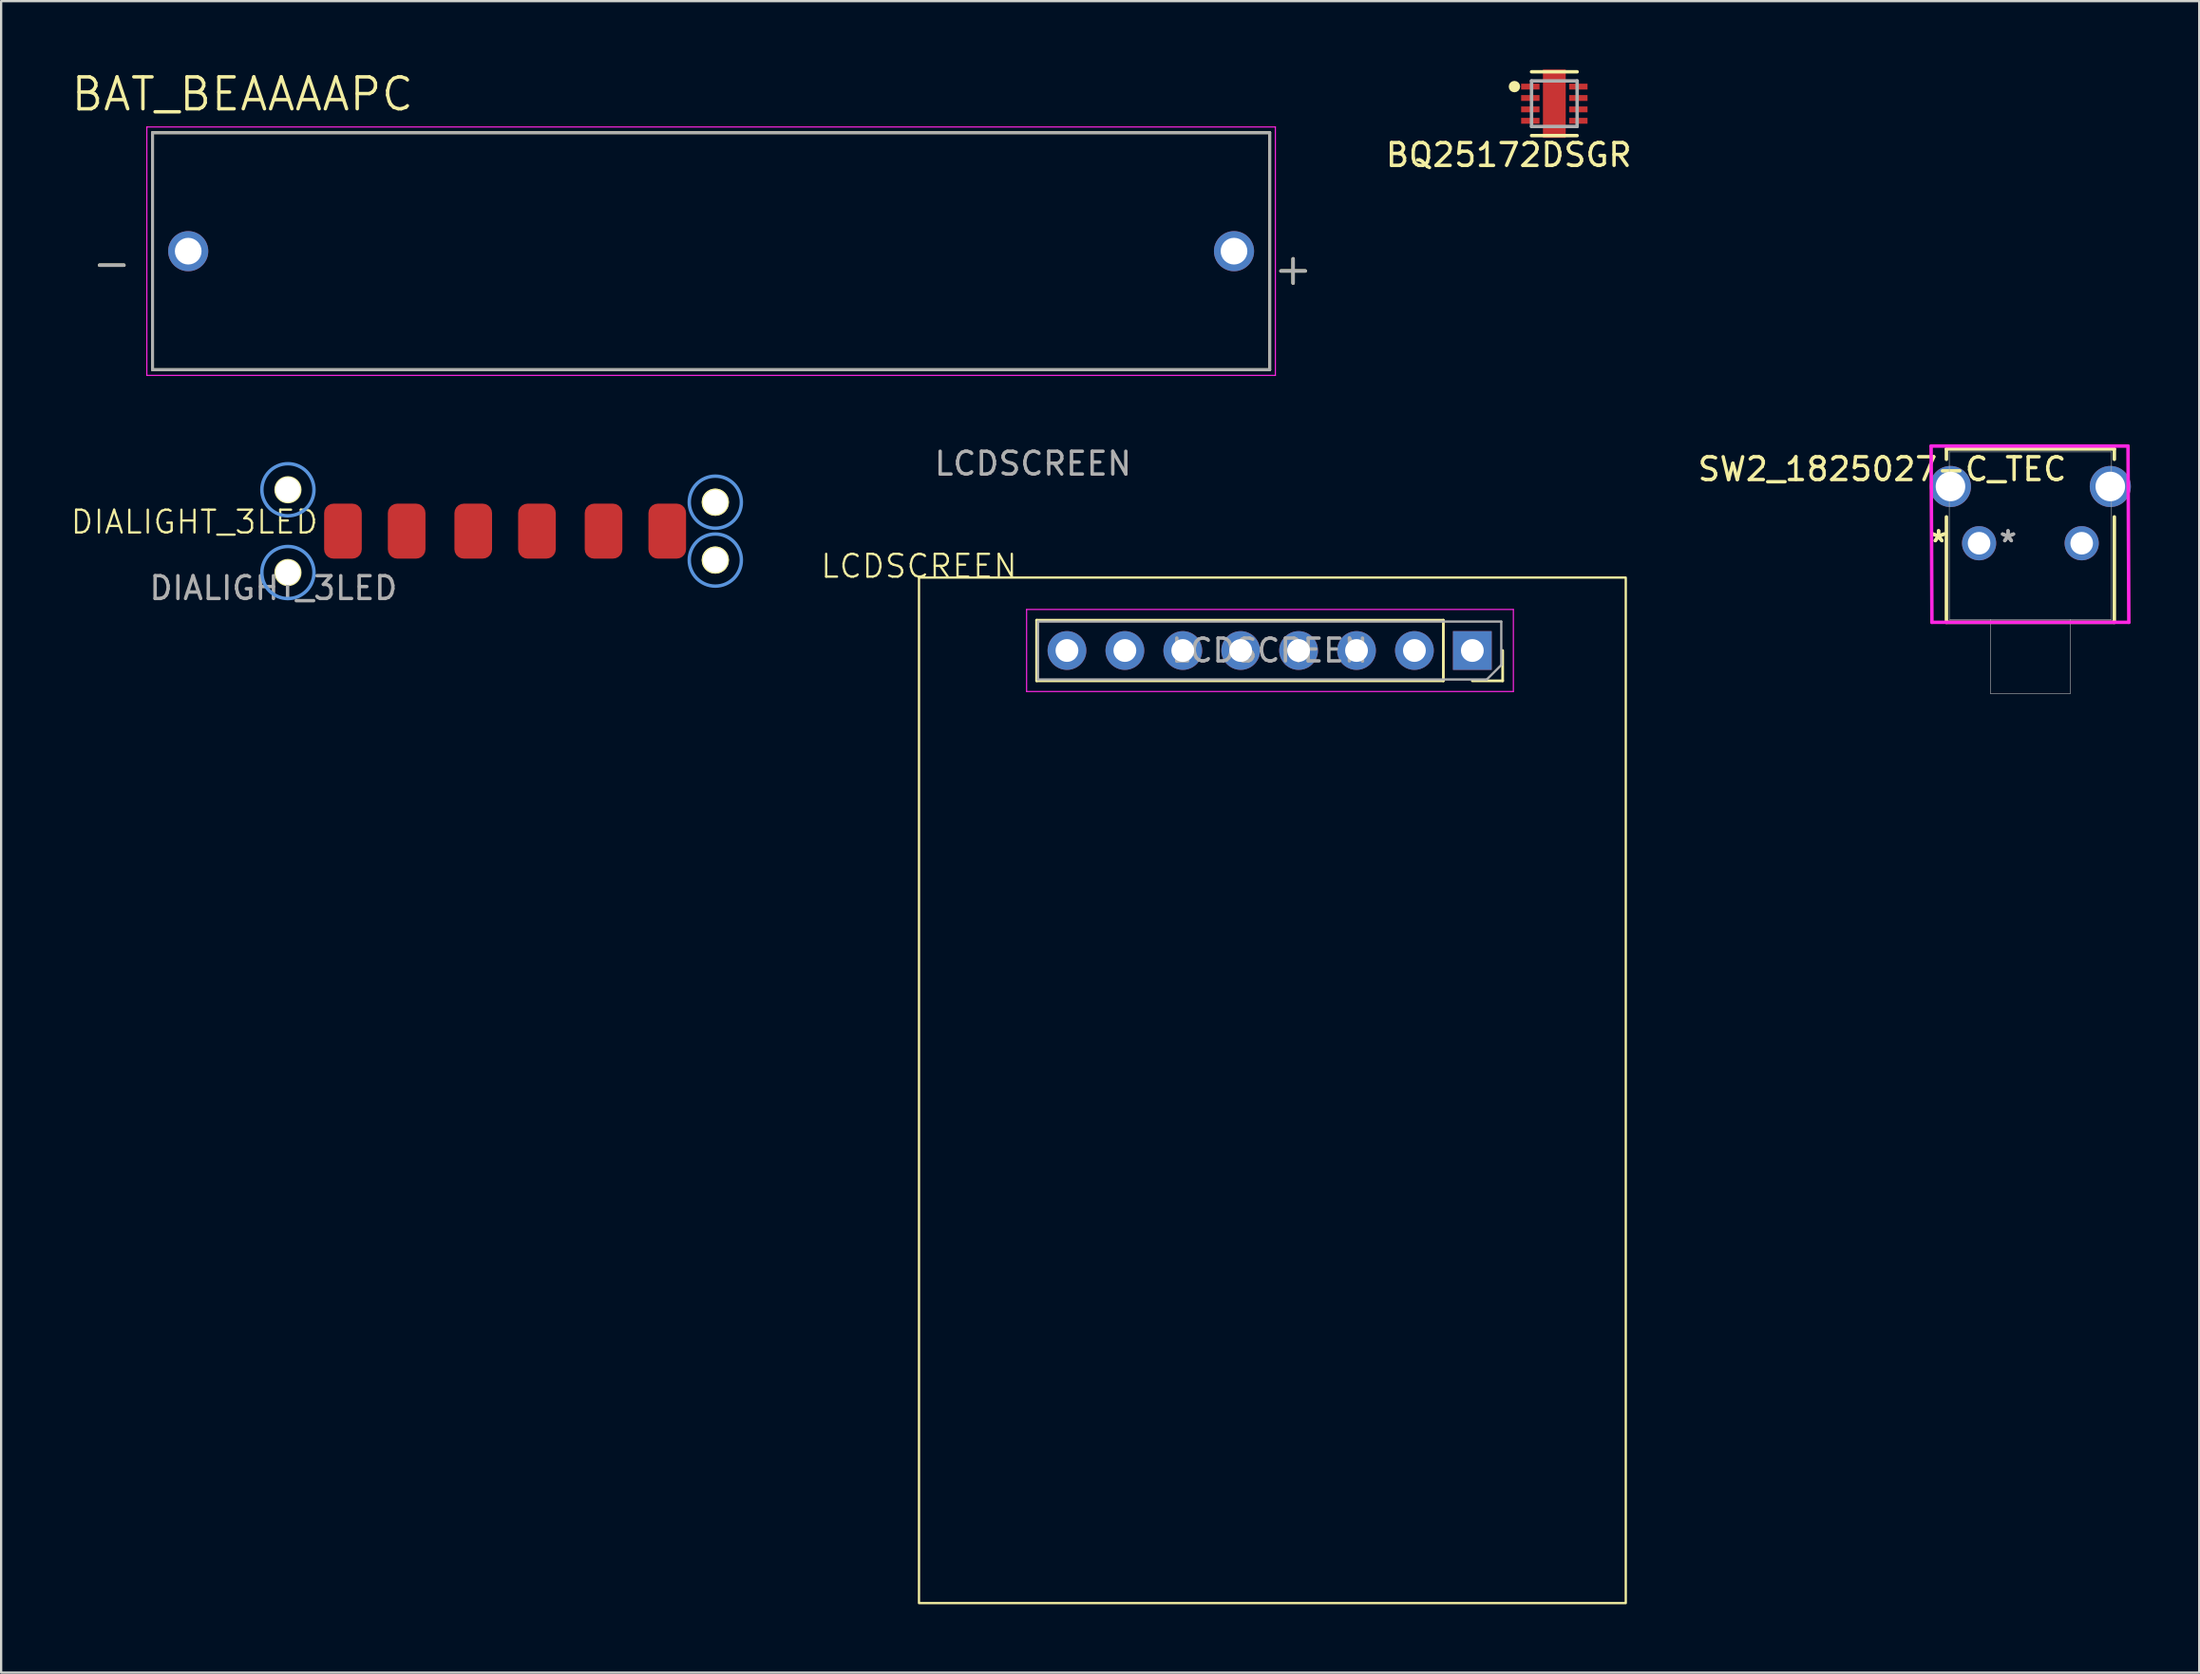
<source format=kicad_pcb>
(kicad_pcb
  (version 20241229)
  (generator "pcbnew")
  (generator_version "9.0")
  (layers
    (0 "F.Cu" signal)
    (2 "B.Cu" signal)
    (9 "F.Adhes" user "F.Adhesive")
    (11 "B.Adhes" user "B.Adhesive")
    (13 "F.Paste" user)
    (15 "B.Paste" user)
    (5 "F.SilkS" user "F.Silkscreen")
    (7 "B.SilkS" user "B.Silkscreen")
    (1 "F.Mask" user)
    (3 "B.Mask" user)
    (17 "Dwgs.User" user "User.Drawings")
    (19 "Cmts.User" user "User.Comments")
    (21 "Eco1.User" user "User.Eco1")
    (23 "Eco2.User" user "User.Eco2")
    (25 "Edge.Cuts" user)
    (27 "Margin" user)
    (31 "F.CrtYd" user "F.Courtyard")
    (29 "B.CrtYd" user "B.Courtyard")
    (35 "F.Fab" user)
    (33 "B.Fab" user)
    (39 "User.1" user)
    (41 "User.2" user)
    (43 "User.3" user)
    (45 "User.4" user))
  (footprint "BQ25172DSGR"
    (layer "F.Cu")
    (at 65.125 1.5)
    (property "Reference" "BQ25172DSGR" (at -2 2.25 0) (unlocked yes) (layer "F.SilkS") (effects (font (size 1 1) (thickness 0.15))))
    (attr smd)
    (fp_line (start -1 -1.4) (end 1 -1.4) (stroke (width 0.15) (type solid)) (layer "F.SilkS"))
    (fp_line (start -1 1.4) (end 1 1.4) (stroke (width 0.15) (type solid)) (layer "F.SilkS"))
    (fp_circle (center -1.75 -0.75) (end -1.625 -0.75) (stroke (width 0.25) (type solid)) (fill no) (layer "F.SilkS"))
    (fp_poly (pts (xy -0.273 0.623) (xy 0.273 0.623) (xy 0.273 -0.623) (xy -0.273 -0.623)) (stroke (width 0) (type solid)) (fill yes) (layer "F.Paste"))
    (fp_line (start -1 -1) (end 1 -1) (stroke (width 0.15) (type solid)) (layer "F.Fab"))
    (fp_line (start -1 1) (end -1 -1) (stroke (width 0.15) (type solid)) (layer "F.Fab"))
    (fp_line (start -1 1) (end 1 1) (stroke (width 0.15) (type solid)) (layer "F.Fab"))
    (fp_line (start 1 1) (end 1 -1) (stroke (width 0.15) (type solid)) (layer "F.Fab"))
    (pad "1" smd rect (at -1.053 -0.75) (size 0.806 0.257) (layers "F.Cu" "F.Mask" "F.Paste"))
    (pad "2" smd rect (at -1.053 -0.25) (size 0.806 0.257) (layers "F.Cu" "F.Mask" "F.Paste"))
    (pad "3" smd rect (at -1.053 0.25) (size 0.806 0.257) (layers "F.Cu" "F.Mask" "F.Paste"))
    (pad "4" smd rect (at -1.053 0.75) (size 0.806 0.257) (layers "F.Cu" "F.Mask" "F.Paste"))
    (pad "5" smd rect (at 1.053 0.75) (size 0.806 0.257) (layers "F.Cu" "F.Mask" "F.Paste"))
    (pad "6" smd rect (at 1.053 0.25) (size 0.806 0.257) (layers "F.Cu" "F.Mask" "F.Paste"))
    (pad "7" smd rect (at 1.053 -0.25) (size 0.806 0.257) (layers "F.Cu" "F.Mask" "F.Paste"))
    (pad "8" smd rect (at 1.053 -0.75) (size 0.806 0.257) (layers "F.Cu" "F.Mask" "F.Paste"))
    (pad "9" smd rect (at 0 0) (size 1 3) (layers "F.Cu" "F.Mask")))
  (footprint "DIALIGHT_3LED"
    (layer "F.Cu")
    (at 9.579 20.256)
    (property "Reference" "DIALIGHT_3LED" (at -4.1 -0.4 0) (unlocked yes) (layer "F.SilkS") (effects (font (size 1 1) (thickness 0.1))))
    (attr smd)
    (fp_circle (center 0 -1.816) (end 0.546 -1.816) (stroke (width 0.1) (type default)) (fill no) (layer "F.SilkS"))
    (fp_circle (center 0 1.816) (end 0.546 1.816) (stroke (width 0.1) (type default)) (fill no) (layer "F.SilkS"))
    (fp_circle (center 18.745 -1.27) (end 19.291 -1.27) (stroke (width 0.1) (type default)) (fill no) (layer "F.SilkS"))
    (fp_circle (center 18.745 -1.27) (end 19.291 -1.27) (stroke (width 0.1) (type default)) (fill no) (layer "F.SilkS"))
    (fp_circle (center 18.745 1.27) (end 19.291 1.27) (stroke (width 0.1) (type default)) (fill no) (layer "F.SilkS"))
    (fp_circle (center 18.745 1.27) (end 19.291 1.27) (stroke (width 0.1) (type default)) (fill no) (layer "F.SilkS"))
    (fp_circle (center 0 -1.816) (end 1.143 -1.816) (stroke (width 0.15) (type solid)) (fill no) (layer "Cmts.User"))
    (fp_circle (center 0 1.816) (end 1.143 1.816) (stroke (width 0.15) (type solid)) (fill no) (layer "Cmts.User"))
    (fp_circle (center 18.745 -1.27) (end 19.888 -1.27) (stroke (width 0.15) (type solid)) (fill no) (layer "Cmts.User"))
    (fp_circle (center 18.745 1.27) (end 19.888 1.27) (stroke (width 0.15) (type solid)) (fill no) (layer "Cmts.User"))
    (fp_circle (center 0 -1.816) (end 1.143 -1.816) (stroke (width 0.05) (type solid)) (fill no) (layer "F.CrtYd"))
    (fp_circle (center 0 1.816) (end 1.143 1.816) (stroke (width 0.05) (type solid)) (fill no) (layer "F.CrtYd"))
    (fp_circle (center 18.745 -1.27) (end 19.888 -1.27) (stroke (width 0.05) (type solid)) (fill no) (layer "F.CrtYd"))
    (fp_circle (center 18.745 1.27) (end 19.888 1.27) (stroke (width 0.05) (type solid)) (fill no) (layer "F.CrtYd"))
    (fp_text user "${REFERENCE}" (at -0.635 2.5 0) (unlocked yes) (layer "F.Fab") (effects (font (size 1 1) (thickness 0.15))))
    (pad "" np_thru_hole circle (at 0 -1.816) (size 1.092 1.092) (drill 1.092) (layers "*.Cu" "*.Mask"))
    (pad "" np_thru_hole circle (at 0 1.816) (size 1.092 1.092) (drill 1.092) (layers "*.Cu" "*.Mask"))
    (pad "" np_thru_hole circle (at 18.745 -1.27) (size 1.092 1.092) (drill 1.092) (layers "*.Cu" "*.Mask"))
    (pad "" np_thru_hole circle (at 18.745 1.27) (size 1.092 1.092) (drill 1.092) (layers "*.Cu" "*.Mask"))
    (pad "1" smd roundrect (at 16.637 0) (size 1.651 2.413) (layers "F.Cu" "F.Mask" "F.Paste") (roundrect_rratio 0.25))
    (pad "2" smd roundrect (at 13.843 0) (size 1.651 2.413) (layers "F.Cu" "F.Mask" "F.Paste") (roundrect_rratio 0.25))
    (pad "3" smd roundrect (at 10.922 0) (size 1.651 2.413) (layers "F.Cu" "F.Mask" "F.Paste") (roundrect_rratio 0.25))
    (pad "4" smd roundrect (at 8.128 0) (size 1.651 2.413) (layers "F.Cu" "F.Mask" "F.Paste") (roundrect_rratio 0.25))
    (pad "5" smd roundrect (at 5.207 0) (size 1.651 2.413) (layers "F.Cu" "F.Mask" "F.Paste") (roundrect_rratio 0.25))
    (pad "6" smd roundrect (at 2.413 0) (size 1.651 2.413) (layers "F.Cu" "F.Mask" "F.Paste") (roundrect_rratio 0.25))
    (zone (net_name "") (layer "Cmts.User") (hatch edge 0.5) (connect_pads) (min_thickness 0.25) (filled_areas_thickness no) (keepout (tracks not_allowed) (vias not_allowed) (pads not_allowed) (copperpour allowed) (footprints allowed)) (placement (enabled no)) (fill) (polygon (pts (xy 7.674 16.446) (xy 7.674 24.066) (xy 29.899 24.066) (xy 29.899 16.446)))))
  (footprint "LCDSCREEN"
    (layer "F.Cu")
    (at 37.258 22.294)
    (property "Reference" "LCDSCREEN" (at 0 -0.5 0) (unlocked yes) (layer "F.SilkS") (effects (font (size 1 1) (thickness 0.1))))
    (attr smd)
    (fp_line (start 5.16 4.53) (end 5.16 1.87) (stroke (width 0.12) (type solid)) (layer "F.SilkS"))
    (fp_line (start 23 1.87) (end 5.16 1.87) (stroke (width 0.12) (type solid)) (layer "F.SilkS"))
    (fp_line (start 23 4.53) (end 5.16 4.53) (stroke (width 0.12) (type solid)) (layer "F.SilkS"))
    (fp_line (start 23 4.53) (end 23 1.87) (stroke (width 0.12) (type solid)) (layer "F.SilkS"))
    (fp_line (start 24.27 4.53) (end 25.6 4.53) (stroke (width 0.12) (type solid)) (layer "F.SilkS"))
    (fp_line (start 25.6 4.53) (end 25.6 3.2) (stroke (width 0.12) (type solid)) (layer "F.SilkS"))
    (fp_rect (start 0 0) (end 31 45) (stroke (width 0.1) (type default)) (fill no) (layer "F.SilkS"))
    (fp_line (start 4.72 1.4) (end 26.07 1.4) (stroke (width 0.05) (type solid)) (layer "F.CrtYd"))
    (fp_line (start 4.72 5) (end 4.72 1.4) (stroke (width 0.05) (type solid)) (layer "F.CrtYd"))
    (fp_line (start 26.07 1.4) (end 26.07 5) (stroke (width 0.05) (type solid)) (layer "F.CrtYd"))
    (fp_line (start 26.07 5) (end 4.72 5) (stroke (width 0.05) (type solid)) (layer "F.CrtYd"))
    (fp_line (start 5.22 1.93) (end 5.22 4.47) (stroke (width 0.1) (type solid)) (layer "F.Fab"))
    (fp_line (start 5.22 4.47) (end 24.905 4.47) (stroke (width 0.1) (type solid)) (layer "F.Fab"))
    (fp_line (start 24.905 4.47) (end 25.54 3.835) (stroke (width 0.1) (type solid)) (layer "F.Fab"))
    (fp_line (start 25.54 1.93) (end 5.22 1.93) (stroke (width 0.1) (type solid)) (layer "F.Fab"))
    (fp_line (start 25.54 3.835) (end 25.54 1.93) (stroke (width 0.1) (type solid)) (layer "F.Fab"))
    (fp_text user "${REFERENCE}" (at 5 -5 0) (unlocked yes) (layer "F.Fab") (effects (font (size 1 1) (thickness 0.15))))
    (fp_text user "${REFERENCE}" (at 15.38 3.2 180) (layer "F.Fab") (effects (font (size 1 1) (thickness 0.15))))
    (pad "1" thru_hole rect (at 24.27 3.2 270) (size 1.7 1.7) (drill 1) (layers "*.Cu" "*.Mask"))
    (pad "2" thru_hole oval (at 21.73 3.2 270) (size 1.7 1.7) (drill 1) (layers "*.Cu" "*.Mask"))
    (pad "3" thru_hole oval (at 19.19 3.2 270) (size 1.7 1.7) (drill 1) (layers "*.Cu" "*.Mask"))
    (pad "4" thru_hole oval (at 16.65 3.2 270) (size 1.7 1.7) (drill 1) (layers "*.Cu" "*.Mask"))
    (pad "5" thru_hole oval (at 14.11 3.2 270) (size 1.7 1.7) (drill 1) (layers "*.Cu" "*.Mask"))
    (pad "6" thru_hole oval (at 11.57 3.2 270) (size 1.7 1.7) (drill 1) (layers "*.Cu" "*.Mask"))
    (pad "7" thru_hole oval (at 9.03 3.2 270) (size 1.7 1.7) (drill 1) (layers "*.Cu" "*.Mask"))
    (pad "8" thru_hole oval (at 6.49 3.2 270) (size 1.7 1.7) (drill 1) (layers "*.Cu" "*.Mask")))
  (footprint "BAT_BEAAAAPC"
    (layer "F.Cu")
    (at 28.14 7.971)
    (property "Reference" "BAT_BEAAAAPC" (at -20.555 -6.889 0) (layer "F.SilkS") (effects (font (size 1.4 1.4) (thickness 0.15))))
    (attr through_hole)
    (fp_line (start -24.5 -5.2) (end -24.5 5.2) (stroke (width 0.127) (type solid)) (layer "F.SilkS"))
    (fp_line (start -24.5 5.2) (end 24.5 5.2) (stroke (width 0.127) (type solid)) (layer "F.SilkS"))
    (fp_line (start 24.5 -5.2) (end -24.5 -5.2) (stroke (width 0.127) (type solid)) (layer "F.SilkS"))
    (fp_line (start 24.5 5.2) (end 24.5 -5.2) (stroke (width 0.127) (type solid)) (layer "F.SilkS"))
    (fp_line (start -24.75 -5.45) (end -24.75 5.45) (stroke (width 0.05) (type solid)) (layer "F.CrtYd"))
    (fp_line (start -24.75 5.45) (end 24.75 5.45) (stroke (width 0.05) (type solid)) (layer "F.CrtYd"))
    (fp_line (start 24.75 -5.45) (end -24.75 -5.45) (stroke (width 0.05) (type solid)) (layer "F.CrtYd"))
    (fp_line (start 24.75 5.45) (end 24.75 -5.45) (stroke (width 0.05) (type solid)) (layer "F.CrtYd"))
    (fp_line (start -24.5 -5.2) (end -24.5 5.2) (stroke (width 0.127) (type solid)) (layer "F.Fab"))
    (fp_line (start -24.5 5.2) (end 24.5 5.2) (stroke (width 0.127) (type solid)) (layer "F.Fab"))
    (fp_line (start 24.5 -5.2) (end -24.5 -5.2) (stroke (width 0.127) (type solid)) (layer "F.Fab"))
    (fp_line (start 24.5 5.2) (end 24.5 -5.2) (stroke (width 0.127) (type solid)) (layer "F.Fab"))
    (fp_text user "+" (at 25.527 0.762 0) (layer "F.SilkS") (effects (font (size 1.4 1.4) (thickness 0.15))))
    (fp_text user "-" (at -26.289 0.508 0) (layer "F.SilkS") (effects (font (size 1.4 1.4) (thickness 0.15))))
    (fp_text user "+" (at 25.527 0.762 0) (layer "F.Fab") (effects (font (size 1.4 1.4) (thickness 0.15))))
    (fp_text user "-" (at -26.289 0.508 0) (layer "F.Fab") (effects (font (size 1.4 1.4) (thickness 0.15))))
    (pad "N" thru_hole circle (at -22.935 0) (size 1.76 1.76) (drill 1.17) (layers "*.Cu" "*.Mask"))
    (pad "P" thru_hole circle (at 22.935 0) (size 1.76 1.76) (drill 1.17) (layers "*.Cu" "*.Mask")))
  (footprint "SW2_1825027-C_TEC"
    (layer "F.Cu")
    (at 83.755 20.787)
    (property "Reference" "SW2_1825027-C_TEC" (at -4.25 -3.25 0) (unlocked yes) (layer "F.SilkS") (effects (font (size 1 1) (thickness 0.15))))
    (attr through_hole)
    (fp_line (start -1.433 -4.137) (end -1.433 -3.683) (stroke (width 0.152) (type solid)) (layer "F.SilkS"))
    (fp_line (start -1.433 -1.156) (end -1.433 3.47) (stroke (width 0.152) (type solid)) (layer "F.SilkS"))
    (fp_line (start -1.433 3.47) (end 5.933 3.47) (stroke (width 0.152) (type solid)) (layer "F.SilkS"))
    (fp_line (start 5.933 -4.137) (end -1.433 -4.137) (stroke (width 0.152) (type solid)) (layer "F.SilkS"))
    (fp_line (start 5.933 -3.683) (end 5.933 -4.137) (stroke (width 0.152) (type solid)) (layer "F.SilkS"))
    (fp_line (start 5.933 3.47) (end 5.933 -1.156) (stroke (width 0.152) (type solid)) (layer "F.SilkS"))
    (fp_line (start -2.104 -4.264) (end -2.068 3.47) (stroke (width 0.152) (type solid)) (layer "F.CrtYd"))
    (fp_line (start -2.068 3.47) (end 6.568 3.47) (stroke (width 0.152) (type solid)) (layer "F.CrtYd"))
    (fp_line (start 6.532 -4.264) (end -2.104 -4.264) (stroke (width 0.152) (type solid)) (layer "F.CrtYd"))
    (fp_line (start 6.568 3.47) (end 6.532 -4.264) (stroke (width 0.152) (type solid)) (layer "F.CrtYd"))
    (fp_line (start -1.306 -4.01) (end -1.306 3.343) (stroke (width 0.025) (type solid)) (layer "F.Fab"))
    (fp_line (start -1.306 3.343) (end 5.806 3.343) (stroke (width 0.025) (type solid)) (layer "F.Fab"))
    (fp_line (start 0.497 3.343) (end 0.497 6.594) (stroke (width 0.025) (type solid)) (layer "F.Fab"))
    (fp_line (start 0.497 6.594) (end 4.003 6.594) (stroke (width 0.025) (type solid)) (layer "F.Fab"))
    (fp_line (start 4.003 3.343) (end 4.003 6.594) (stroke (width 0.025) (type solid)) (layer "F.Fab"))
    (fp_line (start 5.806 -4.01) (end -1.306 -4.01) (stroke (width 0.025) (type solid)) (layer "F.Fab"))
    (fp_line (start 5.806 3.343) (end 5.806 -4.01) (stroke (width 0.025) (type solid)) (layer "F.Fab"))
    (fp_text user "*" (at -1.778 0 0) (layer "F.SilkS") (effects (font (size 1 1) (thickness 0.15))))
    (fp_text user "*" (at -1.778 0 0) (unlocked yes) (layer "F.SilkS") (effects (font (size 1 1) (thickness 0.15))))
    (fp_text user "*" (at 1.27 0 0) (unlocked yes) (layer "F.Fab") (effects (font (size 1 1) (thickness 0.15))))
    (fp_text user "*" (at 1.27 0 0) (layer "F.Fab") (effects (font (size 1 1) (thickness 0.15))))
    (pad "1" thru_hole circle (at 0 0) (size 1.499 1.499) (drill 0.991) (layers "*.Cu" "*.Mask"))
    (pad "2" thru_hole circle (at 4.5 0) (size 1.499 1.499) (drill 0.991) (layers "*.Cu" "*.Mask"))
    (pad "3" thru_hole circle (at -1.255 -2.49) (size 1.803 1.803) (drill 1.295) (layers "*.Cu" "*.Mask"))
    (pad "4" thru_hole circle (at 5.755 -2.49) (size 1.803 1.803) (drill 1.295) (layers "*.Cu" "*.Mask")))
  (gr_rect
    (start -3 -3)
    (end 93.411 70.344)
    (stroke (width 0.1) (type default))
    (fill no)
    (layer "Edge.Cuts")))
</source>
